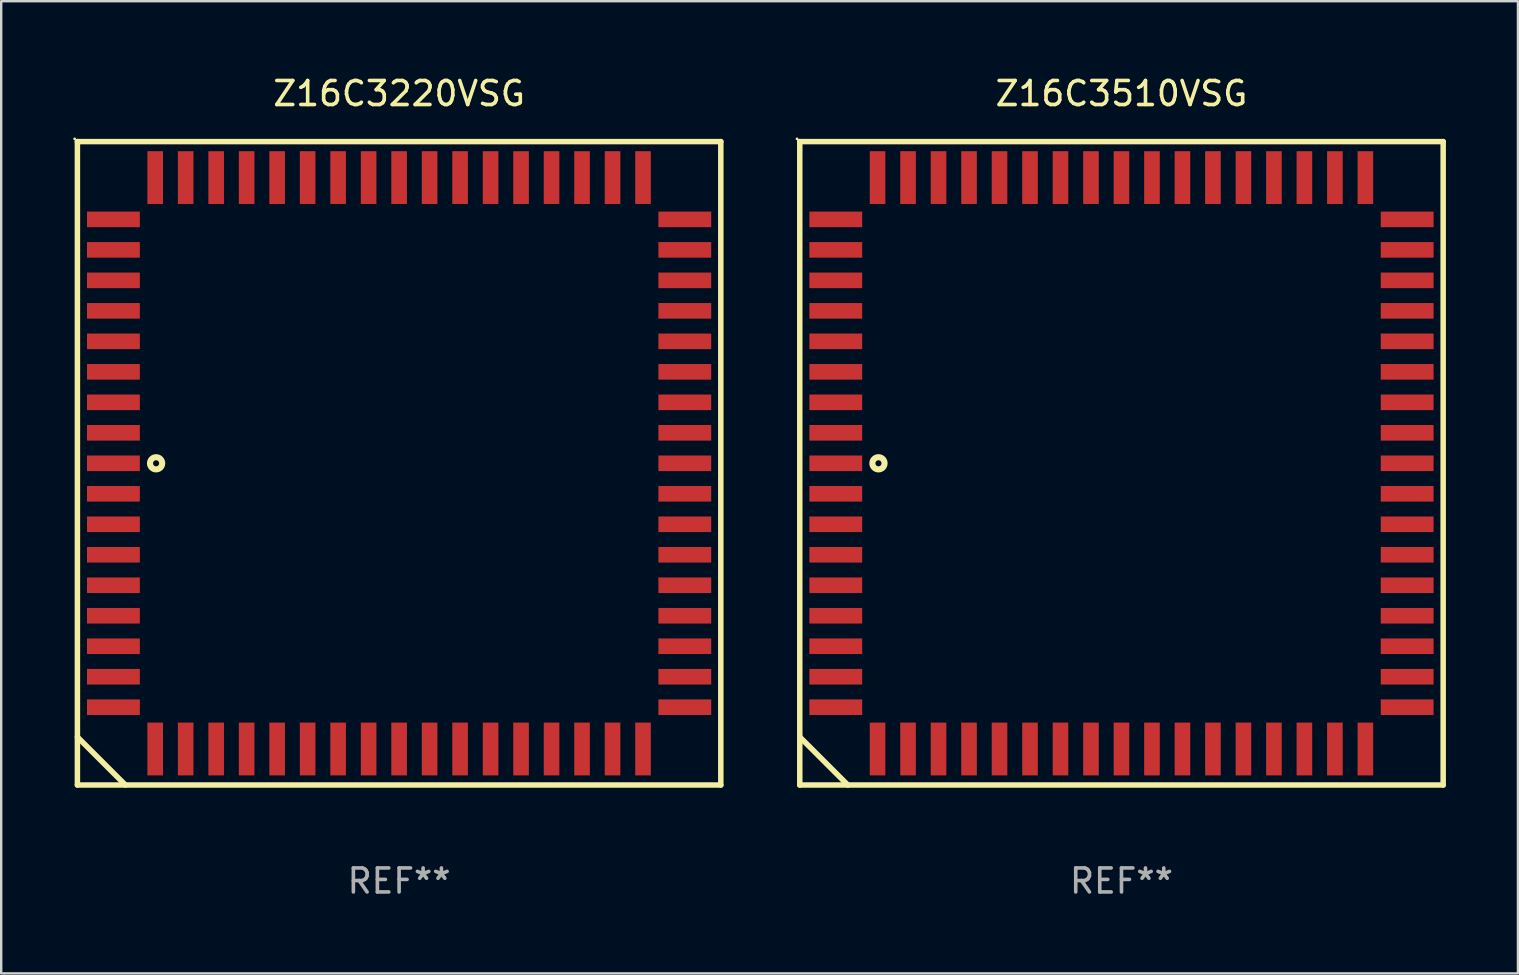
<source format=kicad_pcb>
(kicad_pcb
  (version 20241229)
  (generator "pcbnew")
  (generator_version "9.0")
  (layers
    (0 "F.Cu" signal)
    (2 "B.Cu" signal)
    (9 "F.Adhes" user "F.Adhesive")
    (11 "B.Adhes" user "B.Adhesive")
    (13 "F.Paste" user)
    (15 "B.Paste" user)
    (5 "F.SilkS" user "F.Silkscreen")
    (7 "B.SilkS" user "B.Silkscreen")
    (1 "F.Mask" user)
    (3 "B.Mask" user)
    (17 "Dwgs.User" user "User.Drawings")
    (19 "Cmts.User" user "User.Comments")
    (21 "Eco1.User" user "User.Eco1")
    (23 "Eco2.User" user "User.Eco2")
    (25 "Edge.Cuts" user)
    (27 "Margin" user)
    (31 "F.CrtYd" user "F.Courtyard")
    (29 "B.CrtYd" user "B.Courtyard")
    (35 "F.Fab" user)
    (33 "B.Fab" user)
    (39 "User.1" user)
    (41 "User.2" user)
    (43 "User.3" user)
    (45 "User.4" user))
  (footprint "Z16C3220VSG"
    (layer "F.Cu")
    (at 13.574 16.248)
    (property "Reference" "Z16C3220VSG" (at 0 -15.4 0) (layer "F.SilkS") (effects (font (size 1 1) (thickness 0.15))))
    (attr through_hole)
    (fp_line (start -13.4 -13.4) (end -13.4 13.4) (stroke (width 0.229) (type solid)) (layer "F.SilkS"))
    (fp_line (start -13.4 11.4) (end -11.4 13.4) (stroke (width 0.229) (type solid)) (layer "F.SilkS"))
    (fp_line (start -13.4 13.4) (end 13.4 13.4) (stroke (width 0.229) (type solid)) (layer "F.SilkS"))
    (fp_line (start 13.4 -13.4) (end -13.4 -13.4) (stroke (width 0.229) (type solid)) (layer "F.SilkS"))
    (fp_line (start 13.4 13.4) (end 13.4 -13.4) (stroke (width 0.229) (type solid)) (layer "F.SilkS"))
    (fp_circle (center -13.514 -13.514) (end -13.484 -13.514) (stroke (width 0.06) (type solid)) (fill no) (layer "F.SilkS"))
    (fp_circle (center -10.122 -0.000076) (end -9.868 -0.000076) (stroke (width 0.254) (type solid)) (fill no) (layer "F.SilkS"))
    (fp_text user "REF**" (at 0 17.4 0) (layer "F.Fab") (effects (font (size 1 1) (thickness 0.15))))
    (pad "1" smd rect (at -11.9 -0.000076 270) (size 0.65 2.2) (layers "F.Cu" "F.Mask" "F.Paste"))
    (pad "2" smd rect (at -11.9 1.27 270) (size 0.65 2.2) (layers "F.Cu" "F.Mask" "F.Paste"))
    (pad "3" smd rect (at -11.9 2.54 270) (size 0.65 2.2) (layers "F.Cu" "F.Mask" "F.Paste"))
    (pad "4" smd rect (at -11.9 3.81 270) (size 0.65 2.2) (layers "F.Cu" "F.Mask" "F.Paste"))
    (pad "5" smd rect (at -11.9 5.08 270) (size 0.65 2.2) (layers "F.Cu" "F.Mask" "F.Paste"))
    (pad "6" smd rect (at -11.9 6.35 270) (size 0.65 2.2) (layers "F.Cu" "F.Mask" "F.Paste"))
    (pad "7" smd rect (at -11.9 7.62 270) (size 0.65 2.2) (layers "F.Cu" "F.Mask" "F.Paste"))
    (pad "8" smd rect (at -11.9 8.89 270) (size 0.65 2.2) (layers "F.Cu" "F.Mask" "F.Paste"))
    (pad "9" smd rect (at -11.9 10.16 270) (size 0.65 2.2) (layers "F.Cu" "F.Mask" "F.Paste"))
    (pad "10" smd rect (at -10.16 11.9 270) (size 2.2 0.65) (layers "F.Cu" "F.Mask" "F.Paste"))
    (pad "11" smd rect (at -8.89 11.9 270) (size 2.2 0.65) (layers "F.Cu" "F.Mask" "F.Paste"))
    (pad "12" smd rect (at -7.62 11.9 270) (size 2.2 0.65) (layers "F.Cu" "F.Mask" "F.Paste"))
    (pad "13" smd rect (at -6.35 11.9 270) (size 2.2 0.65) (layers "F.Cu" "F.Mask" "F.Paste"))
    (pad "14" smd rect (at -5.08 11.9 270) (size 2.2 0.65) (layers "F.Cu" "F.Mask" "F.Paste"))
    (pad "15" smd rect (at -3.81 11.9 270) (size 2.2 0.65) (layers "F.Cu" "F.Mask" "F.Paste"))
    (pad "16" smd rect (at -2.54 11.9 270) (size 2.2 0.65) (layers "F.Cu" "F.Mask" "F.Paste"))
    (pad "17" smd rect (at -1.27 11.9 270) (size 2.2 0.65) (layers "F.Cu" "F.Mask" "F.Paste"))
    (pad "18" smd rect (at 0 11.9 270) (size 2.2 0.65) (layers "F.Cu" "F.Mask" "F.Paste"))
    (pad "19" smd rect (at 1.27 11.9 270) (size 2.2 0.65) (layers "F.Cu" "F.Mask" "F.Paste"))
    (pad "20" smd rect (at 2.54 11.9 270) (size 2.2 0.65) (layers "F.Cu" "F.Mask" "F.Paste"))
    (pad "21" smd rect (at 3.81 11.9 270) (size 2.2 0.65) (layers "F.Cu" "F.Mask" "F.Paste"))
    (pad "22" smd rect (at 5.08 11.9 270) (size 2.2 0.65) (layers "F.Cu" "F.Mask" "F.Paste"))
    (pad "23" smd rect (at 6.35 11.9 270) (size 2.2 0.65) (layers "F.Cu" "F.Mask" "F.Paste"))
    (pad "24" smd rect (at 7.62 11.9 270) (size 2.2 0.65) (layers "F.Cu" "F.Mask" "F.Paste"))
    (pad "25" smd rect (at 8.89 11.9 270) (size 2.2 0.65) (layers "F.Cu" "F.Mask" "F.Paste"))
    (pad "26" smd rect (at 10.16 11.9 270) (size 2.2 0.65) (layers "F.Cu" "F.Mask" "F.Paste"))
    (pad "27" smd rect (at 11.9 10.16 270) (size 0.65 2.2) (layers "F.Cu" "F.Mask" "F.Paste"))
    (pad "28" smd rect (at 11.9 8.89 270) (size 0.65 2.2) (layers "F.Cu" "F.Mask" "F.Paste"))
    (pad "29" smd rect (at 11.9 7.62 270) (size 0.65 2.2) (layers "F.Cu" "F.Mask" "F.Paste"))
    (pad "30" smd rect (at 11.9 6.35 270) (size 0.65 2.2) (layers "F.Cu" "F.Mask" "F.Paste"))
    (pad "31" smd rect (at 11.9 5.08 270) (size 0.65 2.2) (layers "F.Cu" "F.Mask" "F.Paste"))
    (pad "32" smd rect (at 11.9 3.81 270) (size 0.65 2.2) (layers "F.Cu" "F.Mask" "F.Paste"))
    (pad "33" smd rect (at 11.9 2.54 270) (size 0.65 2.2) (layers "F.Cu" "F.Mask" "F.Paste"))
    (pad "34" smd rect (at 11.9 1.27 270) (size 0.65 2.2) (layers "F.Cu" "F.Mask" "F.Paste"))
    (pad "35" smd rect (at 11.9 -0.000076 270) (size 0.65 2.2) (layers "F.Cu" "F.Mask" "F.Paste"))
    (pad "36" smd rect (at 11.9 -1.27 270) (size 0.65 2.2) (layers "F.Cu" "F.Mask" "F.Paste"))
    (pad "37" smd rect (at 11.9 -2.54 270) (size 0.65 2.2) (layers "F.Cu" "F.Mask" "F.Paste"))
    (pad "38" smd rect (at 11.9 -3.81 270) (size 0.65 2.2) (layers "F.Cu" "F.Mask" "F.Paste"))
    (pad "39" smd rect (at 11.9 -5.08 270) (size 0.65 2.2) (layers "F.Cu" "F.Mask" "F.Paste"))
    (pad "40" smd rect (at 11.9 -6.35 270) (size 0.65 2.2) (layers "F.Cu" "F.Mask" "F.Paste"))
    (pad "41" smd rect (at 11.9 -7.62 270) (size 0.65 2.2) (layers "F.Cu" "F.Mask" "F.Paste"))
    (pad "42" smd rect (at 11.9 -8.89 270) (size 0.65 2.2) (layers "F.Cu" "F.Mask" "F.Paste"))
    (pad "43" smd rect (at 11.9 -10.16 270) (size 0.65 2.2) (layers "F.Cu" "F.Mask" "F.Paste"))
    (pad "44" smd rect (at 10.16 -11.9 270) (size 2.2 0.65) (layers "F.Cu" "F.Mask" "F.Paste"))
    (pad "45" smd rect (at 8.89 -11.9 270) (size 2.2 0.65) (layers "F.Cu" "F.Mask" "F.Paste"))
    (pad "46" smd rect (at 7.62 -11.9 270) (size 2.2 0.65) (layers "F.Cu" "F.Mask" "F.Paste"))
    (pad "47" smd rect (at 6.35 -11.9 270) (size 2.2 0.65) (layers "F.Cu" "F.Mask" "F.Paste"))
    (pad "48" smd rect (at 5.08 -11.9 270) (size 2.2 0.65) (layers "F.Cu" "F.Mask" "F.Paste"))
    (pad "49" smd rect (at 3.81 -11.9 270) (size 2.2 0.65) (layers "F.Cu" "F.Mask" "F.Paste"))
    (pad "50" smd rect (at 2.54 -11.9 270) (size 2.2 0.65) (layers "F.Cu" "F.Mask" "F.Paste"))
    (pad "51" smd rect (at 1.27 -11.9 270) (size 2.2 0.65) (layers "F.Cu" "F.Mask" "F.Paste"))
    (pad "52" smd rect (at 0 -11.9 270) (size 2.2 0.65) (layers "F.Cu" "F.Mask" "F.Paste"))
    (pad "53" smd rect (at -1.27 -11.9 270) (size 2.2 0.65) (layers "F.Cu" "F.Mask" "F.Paste"))
    (pad "54" smd rect (at -2.54 -11.9 270) (size 2.2 0.65) (layers "F.Cu" "F.Mask" "F.Paste"))
    (pad "55" smd rect (at -3.81 -11.9 270) (size 2.2 0.65) (layers "F.Cu" "F.Mask" "F.Paste"))
    (pad "56" smd rect (at -5.08 -11.9 270) (size 2.2 0.65) (layers "F.Cu" "F.Mask" "F.Paste"))
    (pad "57" smd rect (at -6.35 -11.9 270) (size 2.2 0.65) (layers "F.Cu" "F.Mask" "F.Paste"))
    (pad "58" smd rect (at -7.62 -11.9 270) (size 2.2 0.65) (layers "F.Cu" "F.Mask" "F.Paste"))
    (pad "59" smd rect (at -8.89 -11.9 270) (size 2.2 0.65) (layers "F.Cu" "F.Mask" "F.Paste"))
    (pad "60" smd rect (at -10.16 -11.9 270) (size 2.2 0.65) (layers "F.Cu" "F.Mask" "F.Paste"))
    (pad "61" smd rect (at -11.9 -10.16 270) (size 0.65 2.2) (layers "F.Cu" "F.Mask" "F.Paste"))
    (pad "62" smd rect (at -11.9 -8.89 270) (size 0.65 2.2) (layers "F.Cu" "F.Mask" "F.Paste"))
    (pad "63" smd rect (at -11.9 -7.62 270) (size 0.65 2.2) (layers "F.Cu" "F.Mask" "F.Paste"))
    (pad "64" smd rect (at -11.9 -6.35 270) (size 0.65 2.2) (layers "F.Cu" "F.Mask" "F.Paste"))
    (pad "65" smd rect (at -11.9 -5.08 270) (size 0.65 2.2) (layers "F.Cu" "F.Mask" "F.Paste"))
    (pad "66" smd rect (at -11.9 -3.81 270) (size 0.65 2.2) (layers "F.Cu" "F.Mask" "F.Paste"))
    (pad "67" smd rect (at -11.9 -2.54 270) (size 0.65 2.2) (layers "F.Cu" "F.Mask" "F.Paste"))
    (pad "68" smd rect (at -11.9 -1.27 270) (size 0.65 2.2) (layers "F.Cu" "F.Mask" "F.Paste")))
  (footprint "Z16C3510VSG"
    (layer "F.Cu")
    (at 43.663 16.248)
    (property "Reference" "Z16C3510VSG" (at 0 -15.4 0) (layer "F.SilkS") (effects (font (size 1 1) (thickness 0.15))))
    (attr through_hole)
    (fp_line (start -13.4 -13.4) (end -13.4 13.4) (stroke (width 0.229) (type solid)) (layer "F.SilkS"))
    (fp_line (start -13.4 11.4) (end -11.4 13.4) (stroke (width 0.229) (type solid)) (layer "F.SilkS"))
    (fp_line (start -13.4 13.4) (end 13.4 13.4) (stroke (width 0.229) (type solid)) (layer "F.SilkS"))
    (fp_line (start 13.4 -13.4) (end -13.4 -13.4) (stroke (width 0.229) (type solid)) (layer "F.SilkS"))
    (fp_line (start 13.4 13.4) (end 13.4 -13.4) (stroke (width 0.229) (type solid)) (layer "F.SilkS"))
    (fp_circle (center -13.514 -13.514) (end -13.484 -13.514) (stroke (width 0.06) (type solid)) (fill no) (layer "F.SilkS"))
    (fp_circle (center -10.122 -0.000076) (end -9.868 -0.000076) (stroke (width 0.254) (type solid)) (fill no) (layer "F.SilkS"))
    (fp_text user "REF**" (at 0 17.4 0) (layer "F.Fab") (effects (font (size 1 1) (thickness 0.15))))
    (pad "1" smd rect (at -11.9 -0.000076 270) (size 0.65 2.2) (layers "F.Cu" "F.Mask" "F.Paste"))
    (pad "2" smd rect (at -11.9 1.27 270) (size 0.65 2.2) (layers "F.Cu" "F.Mask" "F.Paste"))
    (pad "3" smd rect (at -11.9 2.54 270) (size 0.65 2.2) (layers "F.Cu" "F.Mask" "F.Paste"))
    (pad "4" smd rect (at -11.9 3.81 270) (size 0.65 2.2) (layers "F.Cu" "F.Mask" "F.Paste"))
    (pad "5" smd rect (at -11.9 5.08 270) (size 0.65 2.2) (layers "F.Cu" "F.Mask" "F.Paste"))
    (pad "6" smd rect (at -11.9 6.35 270) (size 0.65 2.2) (layers "F.Cu" "F.Mask" "F.Paste"))
    (pad "7" smd rect (at -11.9 7.62 270) (size 0.65 2.2) (layers "F.Cu" "F.Mask" "F.Paste"))
    (pad "8" smd rect (at -11.9 8.89 270) (size 0.65 2.2) (layers "F.Cu" "F.Mask" "F.Paste"))
    (pad "9" smd rect (at -11.9 10.16 270) (size 0.65 2.2) (layers "F.Cu" "F.Mask" "F.Paste"))
    (pad "10" smd rect (at -10.16 11.9 270) (size 2.2 0.65) (layers "F.Cu" "F.Mask" "F.Paste"))
    (pad "11" smd rect (at -8.89 11.9 270) (size 2.2 0.65) (layers "F.Cu" "F.Mask" "F.Paste"))
    (pad "12" smd rect (at -7.62 11.9 270) (size 2.2 0.65) (layers "F.Cu" "F.Mask" "F.Paste"))
    (pad "13" smd rect (at -6.35 11.9 270) (size 2.2 0.65) (layers "F.Cu" "F.Mask" "F.Paste"))
    (pad "14" smd rect (at -5.08 11.9 270) (size 2.2 0.65) (layers "F.Cu" "F.Mask" "F.Paste"))
    (pad "15" smd rect (at -3.81 11.9 270) (size 2.2 0.65) (layers "F.Cu" "F.Mask" "F.Paste"))
    (pad "16" smd rect (at -2.54 11.9 270) (size 2.2 0.65) (layers "F.Cu" "F.Mask" "F.Paste"))
    (pad "17" smd rect (at -1.27 11.9 270) (size 2.2 0.65) (layers "F.Cu" "F.Mask" "F.Paste"))
    (pad "18" smd rect (at 0 11.9 270) (size 2.2 0.65) (layers "F.Cu" "F.Mask" "F.Paste"))
    (pad "19" smd rect (at 1.27 11.9 270) (size 2.2 0.65) (layers "F.Cu" "F.Mask" "F.Paste"))
    (pad "20" smd rect (at 2.54 11.9 270) (size 2.2 0.65) (layers "F.Cu" "F.Mask" "F.Paste"))
    (pad "21" smd rect (at 3.81 11.9 270) (size 2.2 0.65) (layers "F.Cu" "F.Mask" "F.Paste"))
    (pad "22" smd rect (at 5.08 11.9 270) (size 2.2 0.65) (layers "F.Cu" "F.Mask" "F.Paste"))
    (pad "23" smd rect (at 6.35 11.9 270) (size 2.2 0.65) (layers "F.Cu" "F.Mask" "F.Paste"))
    (pad "24" smd rect (at 7.62 11.9 270) (size 2.2 0.65) (layers "F.Cu" "F.Mask" "F.Paste"))
    (pad "25" smd rect (at 8.89 11.9 270) (size 2.2 0.65) (layers "F.Cu" "F.Mask" "F.Paste"))
    (pad "26" smd rect (at 10.16 11.9 270) (size 2.2 0.65) (layers "F.Cu" "F.Mask" "F.Paste"))
    (pad "27" smd rect (at 11.9 10.16 270) (size 0.65 2.2) (layers "F.Cu" "F.Mask" "F.Paste"))
    (pad "28" smd rect (at 11.9 8.89 270) (size 0.65 2.2) (layers "F.Cu" "F.Mask" "F.Paste"))
    (pad "29" smd rect (at 11.9 7.62 270) (size 0.65 2.2) (layers "F.Cu" "F.Mask" "F.Paste"))
    (pad "30" smd rect (at 11.9 6.35 270) (size 0.65 2.2) (layers "F.Cu" "F.Mask" "F.Paste"))
    (pad "31" smd rect (at 11.9 5.08 270) (size 0.65 2.2) (layers "F.Cu" "F.Mask" "F.Paste"))
    (pad "32" smd rect (at 11.9 3.81 270) (size 0.65 2.2) (layers "F.Cu" "F.Mask" "F.Paste"))
    (pad "33" smd rect (at 11.9 2.54 270) (size 0.65 2.2) (layers "F.Cu" "F.Mask" "F.Paste"))
    (pad "34" smd rect (at 11.9 1.27 270) (size 0.65 2.2) (layers "F.Cu" "F.Mask" "F.Paste"))
    (pad "35" smd rect (at 11.9 -0.000076 270) (size 0.65 2.2) (layers "F.Cu" "F.Mask" "F.Paste"))
    (pad "36" smd rect (at 11.9 -1.27 270) (size 0.65 2.2) (layers "F.Cu" "F.Mask" "F.Paste"))
    (pad "37" smd rect (at 11.9 -2.54 270) (size 0.65 2.2) (layers "F.Cu" "F.Mask" "F.Paste"))
    (pad "38" smd rect (at 11.9 -3.81 270) (size 0.65 2.2) (layers "F.Cu" "F.Mask" "F.Paste"))
    (pad "39" smd rect (at 11.9 -5.08 270) (size 0.65 2.2) (layers "F.Cu" "F.Mask" "F.Paste"))
    (pad "40" smd rect (at 11.9 -6.35 270) (size 0.65 2.2) (layers "F.Cu" "F.Mask" "F.Paste"))
    (pad "41" smd rect (at 11.9 -7.62 270) (size 0.65 2.2) (layers "F.Cu" "F.Mask" "F.Paste"))
    (pad "42" smd rect (at 11.9 -8.89 270) (size 0.65 2.2) (layers "F.Cu" "F.Mask" "F.Paste"))
    (pad "43" smd rect (at 11.9 -10.16 270) (size 0.65 2.2) (layers "F.Cu" "F.Mask" "F.Paste"))
    (pad "44" smd rect (at 10.16 -11.9 270) (size 2.2 0.65) (layers "F.Cu" "F.Mask" "F.Paste"))
    (pad "45" smd rect (at 8.89 -11.9 270) (size 2.2 0.65) (layers "F.Cu" "F.Mask" "F.Paste"))
    (pad "46" smd rect (at 7.62 -11.9 270) (size 2.2 0.65) (layers "F.Cu" "F.Mask" "F.Paste"))
    (pad "47" smd rect (at 6.35 -11.9 270) (size 2.2 0.65) (layers "F.Cu" "F.Mask" "F.Paste"))
    (pad "48" smd rect (at 5.08 -11.9 270) (size 2.2 0.65) (layers "F.Cu" "F.Mask" "F.Paste"))
    (pad "49" smd rect (at 3.81 -11.9 270) (size 2.2 0.65) (layers "F.Cu" "F.Mask" "F.Paste"))
    (pad "50" smd rect (at 2.54 -11.9 270) (size 2.2 0.65) (layers "F.Cu" "F.Mask" "F.Paste"))
    (pad "51" smd rect (at 1.27 -11.9 270) (size 2.2 0.65) (layers "F.Cu" "F.Mask" "F.Paste"))
    (pad "52" smd rect (at 0 -11.9 270) (size 2.2 0.65) (layers "F.Cu" "F.Mask" "F.Paste"))
    (pad "53" smd rect (at -1.27 -11.9 270) (size 2.2 0.65) (layers "F.Cu" "F.Mask" "F.Paste"))
    (pad "54" smd rect (at -2.54 -11.9 270) (size 2.2 0.65) (layers "F.Cu" "F.Mask" "F.Paste"))
    (pad "55" smd rect (at -3.81 -11.9 270) (size 2.2 0.65) (layers "F.Cu" "F.Mask" "F.Paste"))
    (pad "56" smd rect (at -5.08 -11.9 270) (size 2.2 0.65) (layers "F.Cu" "F.Mask" "F.Paste"))
    (pad "57" smd rect (at -6.35 -11.9 270) (size 2.2 0.65) (layers "F.Cu" "F.Mask" "F.Paste"))
    (pad "58" smd rect (at -7.62 -11.9 270) (size 2.2 0.65) (layers "F.Cu" "F.Mask" "F.Paste"))
    (pad "59" smd rect (at -8.89 -11.9 270) (size 2.2 0.65) (layers "F.Cu" "F.Mask" "F.Paste"))
    (pad "60" smd rect (at -10.16 -11.9 270) (size 2.2 0.65) (layers "F.Cu" "F.Mask" "F.Paste"))
    (pad "61" smd rect (at -11.9 -10.16 270) (size 0.65 2.2) (layers "F.Cu" "F.Mask" "F.Paste"))
    (pad "62" smd rect (at -11.9 -8.89 270) (size 0.65 2.2) (layers "F.Cu" "F.Mask" "F.Paste"))
    (pad "63" smd rect (at -11.9 -7.62 270) (size 0.65 2.2) (layers "F.Cu" "F.Mask" "F.Paste"))
    (pad "64" smd rect (at -11.9 -6.35 270) (size 0.65 2.2) (layers "F.Cu" "F.Mask" "F.Paste"))
    (pad "65" smd rect (at -11.9 -5.08 270) (size 0.65 2.2) (layers "F.Cu" "F.Mask" "F.Paste"))
    (pad "66" smd rect (at -11.9 -3.81 270) (size 0.65 2.2) (layers "F.Cu" "F.Mask" "F.Paste"))
    (pad "67" smd rect (at -11.9 -2.54 270) (size 0.65 2.2) (layers "F.Cu" "F.Mask" "F.Paste"))
    (pad "68" smd rect (at -11.9 -1.27 270) (size 0.65 2.2) (layers "F.Cu" "F.Mask" "F.Paste")))
  (gr_rect
    (start -3 -3)
    (end 60.177 37.496)
    (stroke (width 0.1) (type default))
    (fill no)
    (layer "Edge.Cuts")))
</source>
